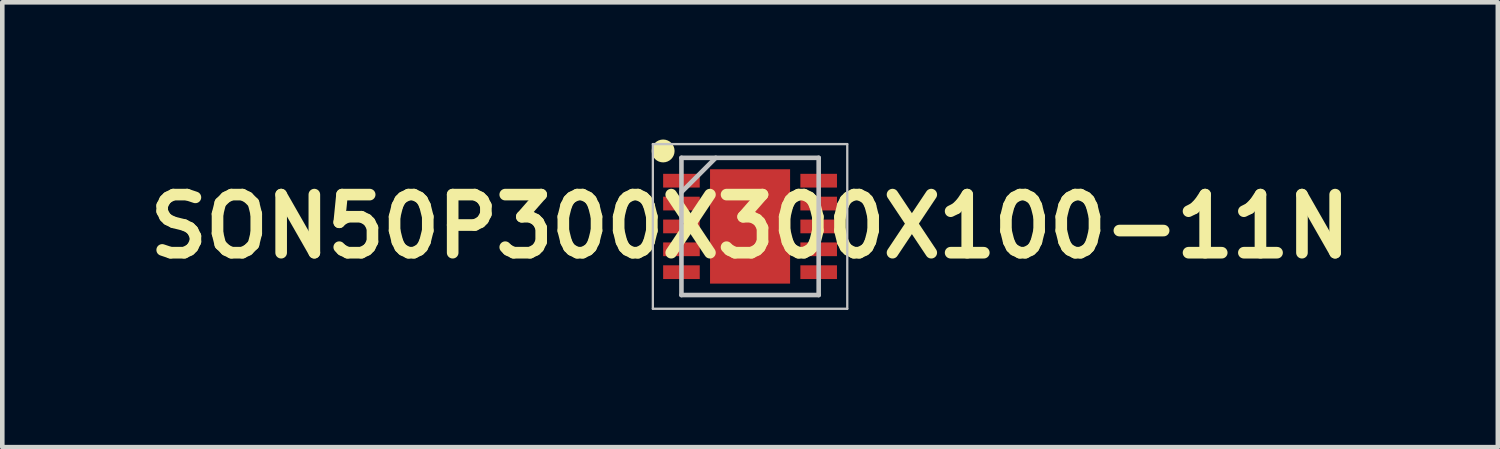
<source format=kicad_pcb>
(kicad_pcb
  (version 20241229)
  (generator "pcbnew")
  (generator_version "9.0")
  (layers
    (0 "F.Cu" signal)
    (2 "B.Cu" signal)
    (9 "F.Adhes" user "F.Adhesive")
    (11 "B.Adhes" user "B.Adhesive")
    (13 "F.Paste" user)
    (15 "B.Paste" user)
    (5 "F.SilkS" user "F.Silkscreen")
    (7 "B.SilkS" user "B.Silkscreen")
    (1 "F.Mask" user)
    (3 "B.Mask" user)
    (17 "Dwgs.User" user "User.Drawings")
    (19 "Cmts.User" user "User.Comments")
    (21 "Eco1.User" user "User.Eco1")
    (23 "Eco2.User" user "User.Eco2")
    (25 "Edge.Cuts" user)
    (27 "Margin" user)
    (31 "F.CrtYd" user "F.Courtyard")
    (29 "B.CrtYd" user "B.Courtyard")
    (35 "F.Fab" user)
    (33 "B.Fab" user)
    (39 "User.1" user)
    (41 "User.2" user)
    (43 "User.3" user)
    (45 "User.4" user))
  (footprint "SON50P300X300X100-11N"
    (layer "F.Cu")
    (at 13.347 1.9)
    (property "Reference" "SON50P300X300X100-11N" (at 0 0 0) (layer "F.SilkS") (effects (font (size 1.27 1.27) (thickness 0.254))))
    (attr smd)
    (fp_circle (center -1.9 -1.65) (end -1.9 -1.525) (stroke (width 0.25) (type solid)) (fill no) (layer "F.SilkS"))
    (fp_line (start -2.125 -1.8) (end 2.125 -1.8) (stroke (width 0.05) (type solid)) (layer "Dwgs.User"))
    (fp_line (start -2.125 1.8) (end -2.125 -1.8) (stroke (width 0.05) (type solid)) (layer "Dwgs.User"))
    (fp_line (start -1.5 -1.5) (end 1.5 -1.5) (stroke (width 0.1) (type solid)) (layer "Dwgs.User"))
    (fp_line (start -1.5 -0.75) (end -0.75 -1.5) (stroke (width 0.1) (type solid)) (layer "Dwgs.User"))
    (fp_line (start -1.5 1.5) (end -1.5 -1.5) (stroke (width 0.1) (type solid)) (layer "Dwgs.User"))
    (fp_line (start 1.5 -1.5) (end 1.5 1.5) (stroke (width 0.1) (type solid)) (layer "Dwgs.User"))
    (fp_line (start 1.5 1.5) (end -1.5 1.5) (stroke (width 0.1) (type solid)) (layer "Dwgs.User"))
    (fp_line (start 2.125 -1.8) (end 2.125 1.8) (stroke (width 0.05) (type solid)) (layer "Dwgs.User"))
    (fp_line (start 2.125 1.8) (end -2.125 1.8) (stroke (width 0.05) (type solid)) (layer "Dwgs.User"))
    (pad "1" smd rect (at -1.5 -1 90) (size 0.3 0.8) (layers "F.Cu" "F.Paste"))
    (pad "2" smd rect (at -1.5 -0.5 90) (size 0.3 0.8) (layers "F.Cu" "F.Paste"))
    (pad "3" smd rect (at -1.5 0 90) (size 0.3 0.8) (layers "F.Cu" "F.Paste"))
    (pad "4" smd rect (at -1.5 0.5 90) (size 0.3 0.8) (layers "F.Cu" "F.Paste"))
    (pad "5" smd rect (at -1.5 1 90) (size 0.3 0.8) (layers "F.Cu" "F.Paste"))
    (pad "6" smd rect (at 1.5 1 90) (size 0.3 0.8) (layers "F.Cu" "F.Paste"))
    (pad "7" smd rect (at 1.5 0.5 90) (size 0.3 0.8) (layers "F.Cu" "F.Paste"))
    (pad "8" smd rect (at 1.5 0 90) (size 0.3 0.8) (layers "F.Cu" "F.Paste"))
    (pad "9" smd rect (at 1.5 -0.5 90) (size 0.3 0.8) (layers "F.Cu" "F.Paste"))
    (pad "10" smd rect (at 1.5 -1 90) (size 0.3 0.8) (layers "F.Cu" "F.Paste"))
    (pad "11" smd rect (at 0 0) (size 1.75 2.5) (layers "F.Cu" "F.Paste")))
  (gr_rect
    (start -3 -3)
    (end 29.694 6.725)
    (stroke (width 0.1) (type default))
    (fill no)
    (layer "Edge.Cuts")))
</source>
